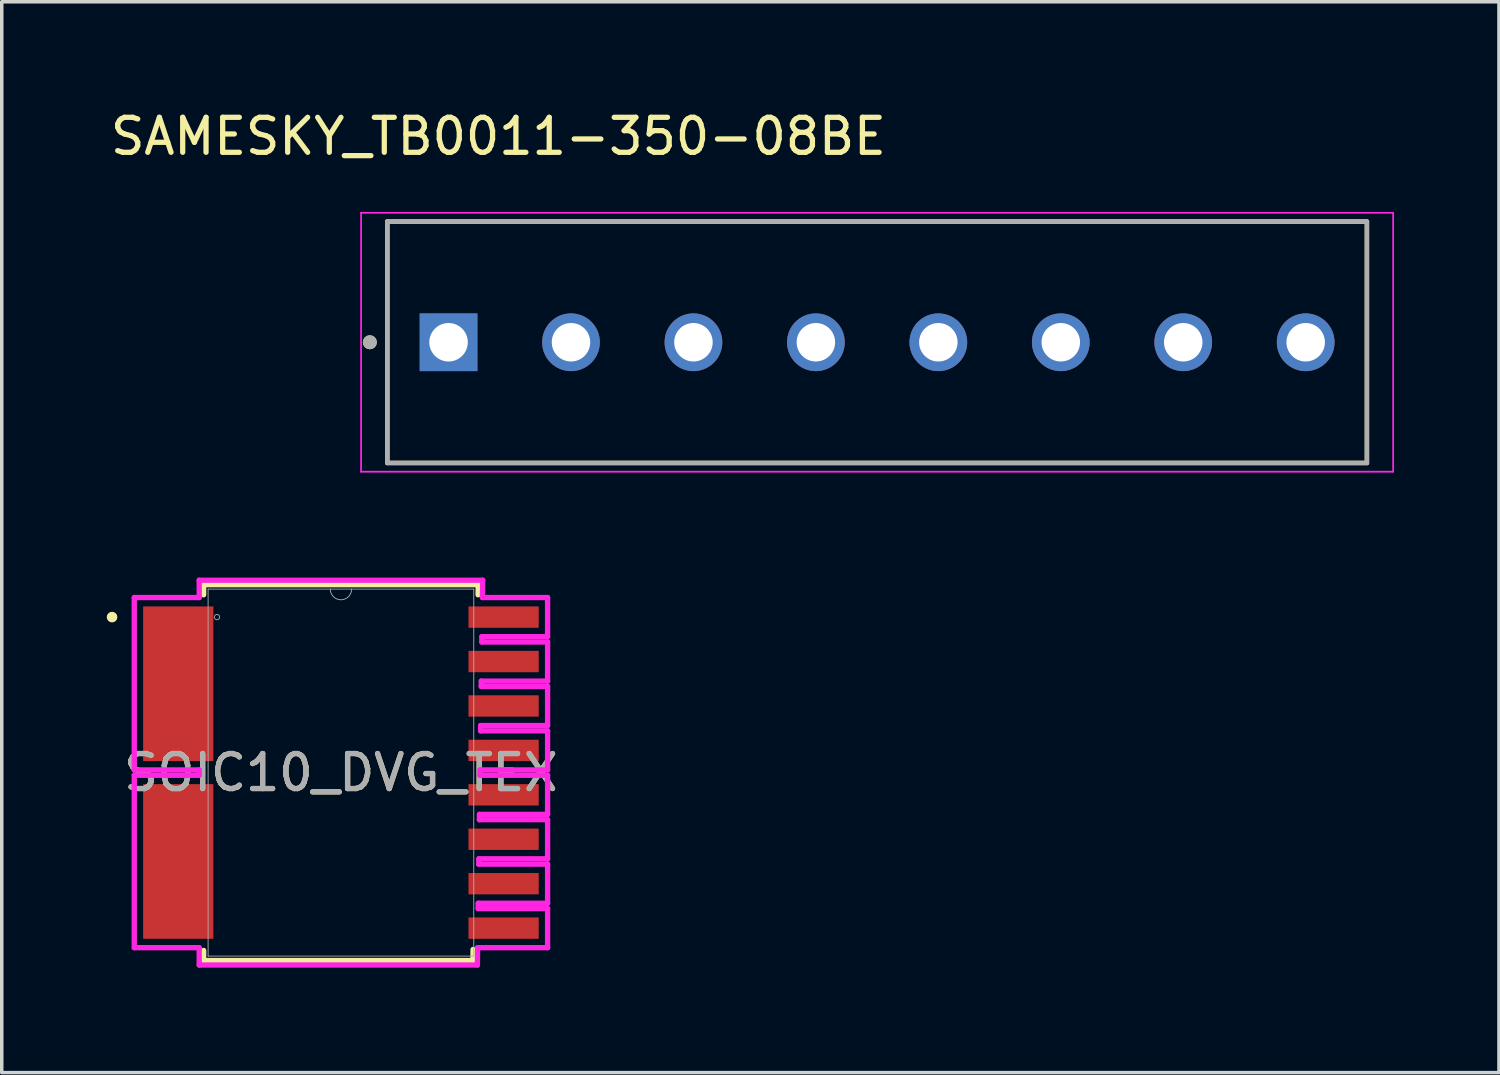
<source format=kicad_pcb>
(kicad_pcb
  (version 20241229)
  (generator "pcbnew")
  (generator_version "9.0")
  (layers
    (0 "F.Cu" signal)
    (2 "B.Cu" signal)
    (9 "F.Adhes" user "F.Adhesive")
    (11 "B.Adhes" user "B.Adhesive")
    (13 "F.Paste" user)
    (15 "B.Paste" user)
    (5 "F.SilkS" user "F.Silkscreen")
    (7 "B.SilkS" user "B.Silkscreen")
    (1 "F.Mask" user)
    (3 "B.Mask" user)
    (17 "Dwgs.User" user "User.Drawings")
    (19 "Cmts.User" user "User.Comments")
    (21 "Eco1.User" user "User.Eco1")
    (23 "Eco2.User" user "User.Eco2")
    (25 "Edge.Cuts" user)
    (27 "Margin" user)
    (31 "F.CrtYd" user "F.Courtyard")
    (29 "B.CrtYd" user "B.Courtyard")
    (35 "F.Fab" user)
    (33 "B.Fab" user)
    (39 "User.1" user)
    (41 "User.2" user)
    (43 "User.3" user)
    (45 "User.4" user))
  (footprint "SAMESKY_TB0011-350-08BE"
    (layer "F.Cu")
    (at 22.021 6.733)
    (property "Reference" "SAMESKY_TB0011-350-08BE" (at -10.825 -5.885 0) (layer "F.SilkS") (effects (font (size 1 1) (thickness 0.15))))
    (attr through_hole)
    (fp_line (start -14 -3.45) (end 14 -3.45) (stroke (width 0.127) (type solid)) (layer "F.SilkS"))
    (fp_line (start -14 3.45) (end -14 -3.45) (stroke (width 0.127) (type solid)) (layer "F.SilkS"))
    (fp_line (start 14 -3.45) (end 14 3.45) (stroke (width 0.127) (type solid)) (layer "F.SilkS"))
    (fp_line (start 14 3.45) (end -14 3.45) (stroke (width 0.127) (type solid)) (layer "F.SilkS"))
    (fp_circle (center -14.5 0) (end -14.4 0) (stroke (width 0.2) (type solid)) (fill no) (layer "F.SilkS"))
    (fp_line (start -14.75 -3.7) (end 14.75 -3.7) (stroke (width 0.05) (type solid)) (layer "F.CrtYd"))
    (fp_line (start -14.75 3.7) (end -14.75 -3.7) (stroke (width 0.05) (type solid)) (layer "F.CrtYd"))
    (fp_line (start 14.75 -3.7) (end 14.75 3.7) (stroke (width 0.05) (type solid)) (layer "F.CrtYd"))
    (fp_line (start 14.75 3.7) (end -14.75 3.7) (stroke (width 0.05) (type solid)) (layer "F.CrtYd"))
    (fp_line (start -14 -3.45) (end 14 -3.45) (stroke (width 0.127) (type solid)) (layer "F.Fab"))
    (fp_line (start -14 3.45) (end -14 -3.45) (stroke (width 0.127) (type solid)) (layer "F.Fab"))
    (fp_line (start 14 -3.45) (end 14 3.45) (stroke (width 0.127) (type solid)) (layer "F.Fab"))
    (fp_line (start 14 3.45) (end -14 3.45) (stroke (width 0.127) (type solid)) (layer "F.Fab"))
    (fp_circle (center -14.5 0) (end -14.4 0) (stroke (width 0.2) (type solid)) (fill no) (layer "F.Fab"))
    (pad "1" thru_hole rect (at -12.25 0) (size 1.65 1.65) (drill 1.1) (layers "*.Cu" "*.Mask"))
    (pad "2" thru_hole circle (at -8.75 0) (size 1.65 1.65) (drill 1.1) (layers "*.Cu" "*.Mask"))
    (pad "3" thru_hole circle (at -5.25 0) (size 1.65 1.65) (drill 1.1) (layers "*.Cu" "*.Mask"))
    (pad "4" thru_hole circle (at -1.75 0) (size 1.65 1.65) (drill 1.1) (layers "*.Cu" "*.Mask"))
    (pad "5" thru_hole circle (at 1.75 0) (size 1.65 1.65) (drill 1.1) (layers "*.Cu" "*.Mask"))
    (pad "6" thru_hole circle (at 5.25 0) (size 1.65 1.65) (drill 1.1) (layers "*.Cu" "*.Mask"))
    (pad "7" thru_hole circle (at 8.75 0) (size 1.65 1.65) (drill 1.1) (layers "*.Cu" "*.Mask"))
    (pad "8" thru_hole circle (at 12.25 0) (size 1.65 1.65) (drill 1.1) (layers "*.Cu" "*.Mask")))
  (footprint "SOIC10_DVG_TEX"
    (layer "F.Cu")
    (at 6.695 19.034)
    (property "Reference" "SOIC10_DVG_TEX" (at 0 0 0) (unlocked yes) (layer "F.SilkS") (effects (font (size 1 1) (thickness 0.15))))
    (attr smd)
    (fp_line (start -3.924 -5.372) (end 3.924 -5.372) (stroke (width 0.152) (type solid)) (layer "F.SilkS"))
    (fp_line (start -3.924 -5.083) (end -3.924 -5.372) (stroke (width 0.152) (type solid)) (layer "F.SilkS"))
    (fp_line (start -3.924 5.372) (end -3.924 5.083) (stroke (width 0.152) (type solid)) (layer "F.SilkS"))
    (fp_line (start 3.774 5.372) (end -3.924 5.372) (stroke (width 0.152) (type solid)) (layer "F.SilkS"))
    (fp_line (start 3.778 5.055) (end 3.774 5.372) (stroke (width 0.152) (type solid)) (layer "F.SilkS"))
    (fp_line (start 3.924 -5.372) (end 3.92 -5.083) (stroke (width 0.152) (type solid)) (layer "F.SilkS"))
    (fp_circle (center -6.542 -4.445) (end -6.466 -4.445) (stroke (width 0.152) (type solid)) (fill no) (layer "F.SilkS"))
    (fp_line (start -5.907 -5.004) (end -5.907 -0.076) (stroke (width 0.152) (type solid)) (layer "F.CrtYd"))
    (fp_line (start -5.907 -0.076) (end -4.051 -0.076) (stroke (width 0.152) (type solid)) (layer "F.CrtYd"))
    (fp_line (start -5.907 0.076) (end -5.907 5.004) (stroke (width 0.152) (type solid)) (layer "F.CrtYd"))
    (fp_line (start -5.907 5.004) (end -4.051 5.004) (stroke (width 0.152) (type solid)) (layer "F.CrtYd"))
    (fp_line (start -4.051 -5.499) (end -4.051 -5.004) (stroke (width 0.152) (type solid)) (layer "F.CrtYd"))
    (fp_line (start -4.051 -5.004) (end -5.907 -5.004) (stroke (width 0.152) (type solid)) (layer "F.CrtYd"))
    (fp_line (start -4.051 -0.076) (end -4.051 0.076) (stroke (width 0.152) (type solid)) (layer "F.CrtYd"))
    (fp_line (start -4.051 0.076) (end -5.907 0.076) (stroke (width 0.152) (type solid)) (layer "F.CrtYd"))
    (fp_line (start -4.051 5.004) (end -4.051 5.499) (stroke (width 0.152) (type solid)) (layer "F.CrtYd"))
    (fp_line (start -4.051 5.499) (end 3.901 5.499) (stroke (width 0.152) (type solid)) (layer "F.CrtYd"))
    (fp_line (start 3.901 5.499) (end 3.907 5.004) (stroke (width 0.152) (type solid)) (layer "F.CrtYd"))
    (fp_line (start 3.907 5.004) (end 5.907 5.004) (stroke (width 0.152) (type solid)) (layer "F.CrtYd"))
    (fp_line (start 3.923 3.886) (end 3.925 3.734) (stroke (width 0.152) (type solid)) (layer "F.CrtYd"))
    (fp_line (start 3.925 3.734) (end 5.907 3.734) (stroke (width 0.152) (type solid)) (layer "F.CrtYd"))
    (fp_line (start 3.94 2.616) (end 3.942 2.464) (stroke (width 0.152) (type solid)) (layer "F.CrtYd"))
    (fp_line (start 3.942 2.464) (end 5.907 2.464) (stroke (width 0.152) (type solid)) (layer "F.CrtYd"))
    (fp_line (start 3.958 1.346) (end 3.96 1.194) (stroke (width 0.152) (type solid)) (layer "F.CrtYd"))
    (fp_line (start 3.96 1.194) (end 5.907 1.194) (stroke (width 0.152) (type solid)) (layer "F.CrtYd"))
    (fp_line (start 3.975 0.076) (end 3.977 -0.076) (stroke (width 0.152) (type solid)) (layer "F.CrtYd"))
    (fp_line (start 3.977 -0.076) (end 5.907 -0.076) (stroke (width 0.152) (type solid)) (layer "F.CrtYd"))
    (fp_line (start 3.992 -1.194) (end 3.994 -1.346) (stroke (width 0.152) (type solid)) (layer "F.CrtYd"))
    (fp_line (start 3.994 -1.346) (end 5.907 -1.346) (stroke (width 0.152) (type solid)) (layer "F.CrtYd"))
    (fp_line (start 4.01 -2.464) (end 4.012 -2.616) (stroke (width 0.152) (type solid)) (layer "F.CrtYd"))
    (fp_line (start 4.012 -2.616) (end 5.907 -2.616) (stroke (width 0.152) (type solid)) (layer "F.CrtYd"))
    (fp_line (start 4.027 -3.734) (end 4.029 -3.886) (stroke (width 0.152) (type solid)) (layer "F.CrtYd"))
    (fp_line (start 4.029 -3.886) (end 5.907 -3.886) (stroke (width 0.152) (type solid)) (layer "F.CrtYd"))
    (fp_line (start 4.045 -5.004) (end 4.051 -5.499) (stroke (width 0.152) (type solid)) (layer "F.CrtYd"))
    (fp_line (start 4.051 -5.499) (end -4.051 -5.499) (stroke (width 0.152) (type solid)) (layer "F.CrtYd"))
    (fp_line (start 5.907 -5.004) (end 4.045 -5.004) (stroke (width 0.152) (type solid)) (layer "F.CrtYd"))
    (fp_line (start 5.907 -3.886) (end 5.907 -5.004) (stroke (width 0.152) (type solid)) (layer "F.CrtYd"))
    (fp_line (start 5.907 -3.734) (end 4.027 -3.734) (stroke (width 0.152) (type solid)) (layer "F.CrtYd"))
    (fp_line (start 5.907 -2.616) (end 5.907 -3.734) (stroke (width 0.152) (type solid)) (layer "F.CrtYd"))
    (fp_line (start 5.907 -2.464) (end 4.01 -2.464) (stroke (width 0.152) (type solid)) (layer "F.CrtYd"))
    (fp_line (start 5.907 -1.346) (end 5.907 -2.464) (stroke (width 0.152) (type solid)) (layer "F.CrtYd"))
    (fp_line (start 5.907 -1.194) (end 3.992 -1.194) (stroke (width 0.152) (type solid)) (layer "F.CrtYd"))
    (fp_line (start 5.907 -0.076) (end 5.907 -1.194) (stroke (width 0.152) (type solid)) (layer "F.CrtYd"))
    (fp_line (start 5.907 0.076) (end 3.975 0.076) (stroke (width 0.152) (type solid)) (layer "F.CrtYd"))
    (fp_line (start 5.907 1.194) (end 5.907 0.076) (stroke (width 0.152) (type solid)) (layer "F.CrtYd"))
    (fp_line (start 5.907 1.346) (end 3.958 1.346) (stroke (width 0.152) (type solid)) (layer "F.CrtYd"))
    (fp_line (start 5.907 2.464) (end 5.907 1.346) (stroke (width 0.152) (type solid)) (layer "F.CrtYd"))
    (fp_line (start 5.907 2.616) (end 3.94 2.616) (stroke (width 0.152) (type solid)) (layer "F.CrtYd"))
    (fp_line (start 5.907 3.734) (end 5.907 2.616) (stroke (width 0.152) (type solid)) (layer "F.CrtYd"))
    (fp_line (start 5.907 3.886) (end 3.923 3.886) (stroke (width 0.152) (type solid)) (layer "F.CrtYd"))
    (fp_line (start 5.907 5.004) (end 5.907 3.886) (stroke (width 0.152) (type solid)) (layer "F.CrtYd"))
    (fp_line (start -3.797 -5.245) (end -3.797 5.245) (stroke (width 0.025) (type solid)) (layer "F.Fab"))
    (fp_line (start -3.797 5.245) (end 3.797 5.245) (stroke (width 0.025) (type solid)) (layer "F.Fab"))
    (fp_line (start 3.797 -5.245) (end -3.797 -5.245) (stroke (width 0.025) (type solid)) (layer "F.Fab"))
    (fp_line (start 3.797 5.245) (end 3.797 -5.245) (stroke (width 0.025) (type solid)) (layer "F.Fab"))
    (fp_arc (start 0.3048 -5.2451) (mid 0 -4.9403) (end -0.3048 -5.2451) (stroke (width 0.0254) (type solid)) (layer "F.Fab"))
    (fp_circle (center -3.543 -4.445) (end -3.467 -4.445) (stroke (width 0.025) (type solid)) (fill no) (layer "F.Fab"))
    (fp_text user "${REFERENCE}" (at 0 0 0) (unlocked yes) (layer "F.Fab") (effects (font (size 1 1) (thickness 0.15))))
    (pad "1" smd rect (at -4.65 -2.54) (size 2.007 4.42) (layers "F.Cu" "F.Mask" "F.Paste"))
    (pad "2" smd rect (at -4.65 2.54) (size 2.007 4.42) (layers "F.Cu" "F.Mask" "F.Paste"))
    (pad "3" smd rect (at 4.65 4.445) (size 2.007 0.61) (layers "F.Cu" "F.Mask" "F.Paste"))
    (pad "4" smd rect (at 4.65 3.175) (size 2.007 0.61) (layers "F.Cu" "F.Mask" "F.Paste"))
    (pad "5" smd rect (at 4.65 1.905) (size 2.007 0.61) (layers "F.Cu" "F.Mask" "F.Paste"))
    (pad "6" smd rect (at 4.65 0.635) (size 2.007 0.61) (layers "F.Cu" "F.Mask" "F.Paste"))
    (pad "7" smd rect (at 4.65 -0.635) (size 2.007 0.61) (layers "F.Cu" "F.Mask" "F.Paste"))
    (pad "8" smd rect (at 4.65 -1.905) (size 2.007 0.61) (layers "F.Cu" "F.Mask" "F.Paste"))
    (pad "9" smd rect (at 4.65 -3.175) (size 2.007 0.61) (layers "F.Cu" "F.Mask" "F.Paste"))
    (pad "10" smd rect (at 4.65 -4.445) (size 2.007 0.61) (layers "F.Cu" "F.Mask" "F.Paste")))
  (gr_rect
    (start -3 -3)
    (end 39.796 27.609)
    (stroke (width 0.1) (type default))
    (fill no)
    (layer "Edge.Cuts")))
</source>
